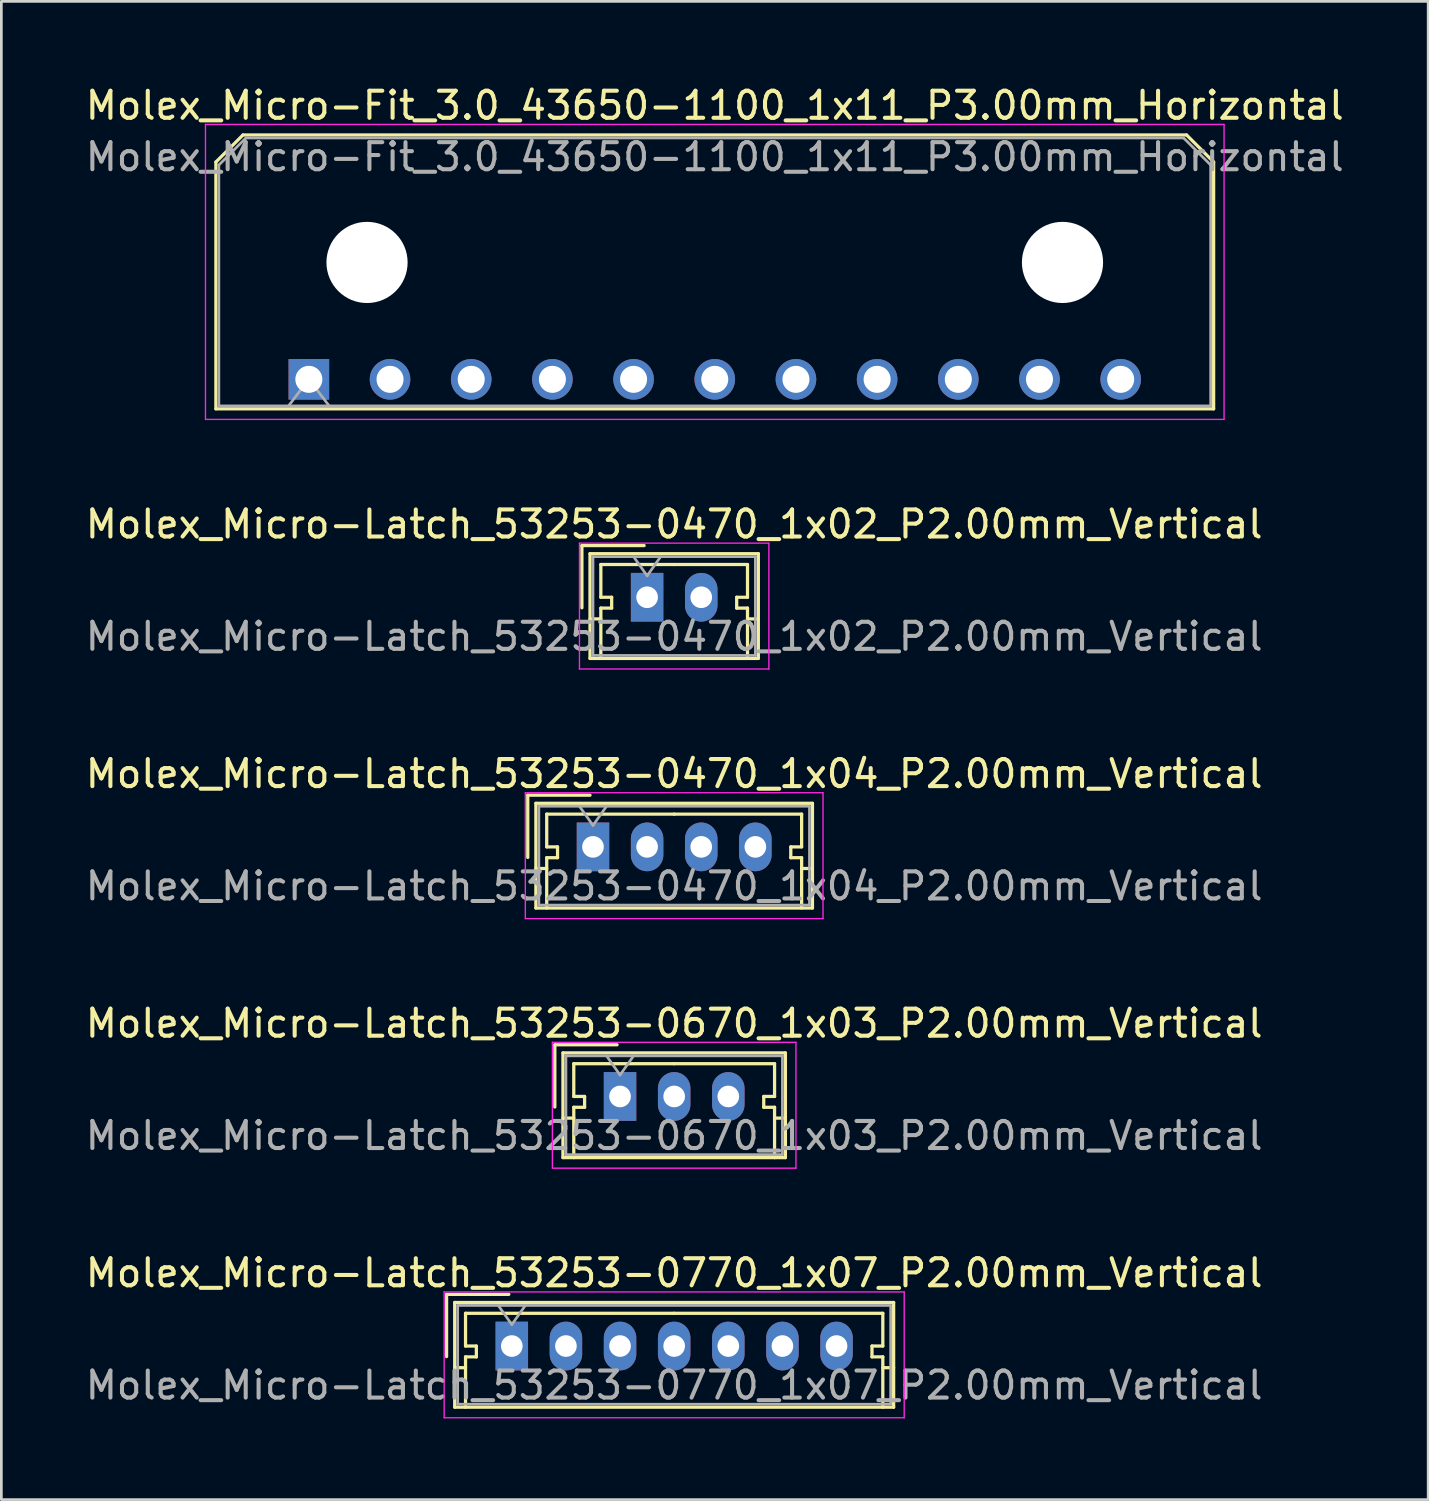
<source format=kicad_pcb>
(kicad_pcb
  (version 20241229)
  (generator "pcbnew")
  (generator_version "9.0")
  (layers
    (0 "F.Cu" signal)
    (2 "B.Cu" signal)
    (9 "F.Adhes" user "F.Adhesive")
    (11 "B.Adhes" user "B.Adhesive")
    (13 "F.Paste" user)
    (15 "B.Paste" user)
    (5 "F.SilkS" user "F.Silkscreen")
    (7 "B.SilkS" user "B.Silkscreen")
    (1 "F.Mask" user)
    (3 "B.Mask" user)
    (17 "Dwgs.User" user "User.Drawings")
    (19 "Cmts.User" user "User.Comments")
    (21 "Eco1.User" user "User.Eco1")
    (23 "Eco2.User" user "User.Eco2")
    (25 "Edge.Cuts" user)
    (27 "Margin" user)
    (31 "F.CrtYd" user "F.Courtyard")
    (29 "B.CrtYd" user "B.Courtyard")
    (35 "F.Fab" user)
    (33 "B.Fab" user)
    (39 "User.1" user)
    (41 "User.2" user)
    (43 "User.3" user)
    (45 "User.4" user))
  (footprint "Molex_Micro-Fit_3.0_43650-1100_1x11_P3.00mm_Horizontal"
    (layer "F.Cu")
    (at 8.363 10.968)
    (property "Reference" "Molex_Micro-Fit_3.0_43650-1100_1x11_P3.00mm_Horizontal" (at 15 -10.12 0) (layer "F.SilkS") (effects (font (size 1 1) (thickness 0.15))))
    (attr through_hole)
    (fp_line (start -3.435 -8.03) (end -2.435 -9.03) (stroke (width 0.12) (type solid)) (layer "F.SilkS"))
    (fp_line (start -3.435 1.09) (end -3.435 -8.03) (stroke (width 0.12) (type solid)) (layer "F.SilkS"))
    (fp_line (start -2.435 -9.03) (end 32.435 -9.03) (stroke (width 0.12) (type solid)) (layer "F.SilkS"))
    (fp_line (start 32.435 -9.03) (end 33.435 -8.03) (stroke (width 0.12) (type solid)) (layer "F.SilkS"))
    (fp_line (start 33.435 -8.03) (end 33.435 1.09) (stroke (width 0.12) (type solid)) (layer "F.SilkS"))
    (fp_line (start 33.435 1.09) (end -3.435 1.09) (stroke (width 0.12) (type solid)) (layer "F.SilkS"))
    (fp_line (start -3.82 -9.42) (end 33.82 -9.42) (stroke (width 0.05) (type solid)) (layer "F.CrtYd"))
    (fp_line (start -3.82 1.48) (end -3.82 -9.42) (stroke (width 0.05) (type solid)) (layer "F.CrtYd"))
    (fp_line (start 33.82 -9.42) (end 33.82 1.48) (stroke (width 0.05) (type solid)) (layer "F.CrtYd"))
    (fp_line (start 33.82 1.48) (end -3.82 1.48) (stroke (width 0.05) (type solid)) (layer "F.CrtYd"))
    (fp_line (start -3.325 -7.92) (end -2.325 -8.92) (stroke (width 0.1) (type solid)) (layer "F.Fab"))
    (fp_line (start -3.325 0.98) (end -3.325 -7.92) (stroke (width 0.1) (type solid)) (layer "F.Fab"))
    (fp_line (start -2.325 -8.92) (end 32.325 -8.92) (stroke (width 0.1) (type solid)) (layer "F.Fab"))
    (fp_line (start -0.75 0.98) (end 0 0) (stroke (width 0.1) (type solid)) (layer "F.Fab"))
    (fp_line (start 0 0) (end 0.75 0.98) (stroke (width 0.1) (type solid)) (layer "F.Fab"))
    (fp_line (start 32.325 -8.92) (end 33.325 -7.92) (stroke (width 0.1) (type solid)) (layer "F.Fab"))
    (fp_line (start 33.325 -7.92) (end 33.325 0.98) (stroke (width 0.1) (type solid)) (layer "F.Fab"))
    (fp_line (start 33.325 0.98) (end -3.325 0.98) (stroke (width 0.1) (type solid)) (layer "F.Fab"))
    (fp_text user "${REFERENCE}" (at 15 -8.22 0) (layer "F.Fab") (effects (font (size 1 1) (thickness 0.15))))
    (pad "" np_thru_hole circle (at 2.15 -4.32) (size 3 3) (drill 3) (layers "*.Cu" "*.Mask"))
    (pad "" np_thru_hole circle (at 27.85 -4.32) (size 3 3) (drill 3) (layers "*.Cu" "*.Mask"))
    (pad "1" thru_hole rect (at 0 0) (size 1.5 1.5) (drill 1) (layers "*.Cu" "*.Mask"))
    (pad "2" thru_hole circle (at 3 0) (size 1.5 1.5) (drill 1) (layers "*.Cu" "*.Mask"))
    (pad "3" thru_hole circle (at 6 0) (size 1.5 1.5) (drill 1) (layers "*.Cu" "*.Mask"))
    (pad "4" thru_hole circle (at 9 0) (size 1.5 1.5) (drill 1) (layers "*.Cu" "*.Mask"))
    (pad "5" thru_hole circle (at 12 0) (size 1.5 1.5) (drill 1) (layers "*.Cu" "*.Mask"))
    (pad "6" thru_hole circle (at 15 0) (size 1.5 1.5) (drill 1) (layers "*.Cu" "*.Mask"))
    (pad "7" thru_hole circle (at 18 0) (size 1.5 1.5) (drill 1) (layers "*.Cu" "*.Mask"))
    (pad "8" thru_hole circle (at 21 0) (size 1.5 1.5) (drill 1) (layers "*.Cu" "*.Mask"))
    (pad "9" thru_hole circle (at 24 0) (size 1.5 1.5) (drill 1) (layers "*.Cu" "*.Mask"))
    (pad "10" thru_hole circle (at 27 0) (size 1.5 1.5) (drill 1) (layers "*.Cu" "*.Mask"))
    (pad "11" thru_hole circle (at 30 0) (size 1.5 1.5) (drill 1) (layers "*.Cu" "*.Mask")))
  (footprint "Molex_Micro-Latch_53253-0770_1x07_P2.00mm_Vertical"
    (layer "F.Cu")
    (at 15.863 46.691)
    (property "Reference" "Molex_Micro-Latch_53253-0770_1x07_P2.00mm_Vertical" (at 6 -2.7 0) (layer "F.SilkS") (effects (font (size 1 1) (thickness 0.15))))
    (attr through_hole)
    (fp_line (start -2.41 -1.91) (end -2.41 0.39) (stroke (width 0.12) (type solid)) (layer "F.SilkS"))
    (fp_line (start -2.11 -1.61) (end -2.11 2.26) (stroke (width 0.12) (type solid)) (layer "F.SilkS"))
    (fp_line (start -2.11 0.8) (end -1.71 0.8) (stroke (width 0.12) (type solid)) (layer "F.SilkS"))
    (fp_line (start -2.11 2.26) (end 14.11 2.26) (stroke (width 0.12) (type solid)) (layer "F.SilkS"))
    (fp_line (start -1.71 -1.21) (end -1.71 0) (stroke (width 0.12) (type solid)) (layer "F.SilkS"))
    (fp_line (start -1.71 0) (end -1.31 0) (stroke (width 0.12) (type solid)) (layer "F.SilkS"))
    (fp_line (start -1.71 0.4) (end -1.71 2.26) (stroke (width 0.12) (type solid)) (layer "F.SilkS"))
    (fp_line (start -1.31 0) (end -1.31 0.4) (stroke (width 0.12) (type solid)) (layer "F.SilkS"))
    (fp_line (start -1.31 0.4) (end -1.71 0.4) (stroke (width 0.12) (type solid)) (layer "F.SilkS"))
    (fp_line (start -0.11 -1.91) (end -2.41 -1.91) (stroke (width 0.12) (type solid)) (layer "F.SilkS"))
    (fp_line (start 6 -1.21) (end -1.71 -1.21) (stroke (width 0.12) (type solid)) (layer "F.SilkS"))
    (fp_line (start 6 -1.21) (end 13.71 -1.21) (stroke (width 0.12) (type solid)) (layer "F.SilkS"))
    (fp_line (start 13.31 0) (end 13.31 0.4) (stroke (width 0.12) (type solid)) (layer "F.SilkS"))
    (fp_line (start 13.31 0.4) (end 13.71 0.4) (stroke (width 0.12) (type solid)) (layer "F.SilkS"))
    (fp_line (start 13.71 -1.21) (end 13.71 0) (stroke (width 0.12) (type solid)) (layer "F.SilkS"))
    (fp_line (start 13.71 0) (end 13.31 0) (stroke (width 0.12) (type solid)) (layer "F.SilkS"))
    (fp_line (start 13.71 0.4) (end 13.71 2.26) (stroke (width 0.12) (type solid)) (layer "F.SilkS"))
    (fp_line (start 14.11 -1.61) (end -2.11 -1.61) (stroke (width 0.12) (type solid)) (layer "F.SilkS"))
    (fp_line (start 14.11 0.8) (end 13.71 0.8) (stroke (width 0.12) (type solid)) (layer "F.SilkS"))
    (fp_line (start 14.11 2.26) (end 14.11 -1.61) (stroke (width 0.12) (type solid)) (layer "F.SilkS"))
    (fp_line (start -2.5 -2) (end -2.5 2.65) (stroke (width 0.05) (type solid)) (layer "F.CrtYd"))
    (fp_line (start -2.5 2.65) (end 14.5 2.65) (stroke (width 0.05) (type solid)) (layer "F.CrtYd"))
    (fp_line (start 14.5 -2) (end -2.5 -2) (stroke (width 0.05) (type solid)) (layer "F.CrtYd"))
    (fp_line (start 14.5 2.65) (end 14.5 -2) (stroke (width 0.05) (type solid)) (layer "F.CrtYd"))
    (fp_line (start -2 -1.5) (end -2 2.15) (stroke (width 0.1) (type solid)) (layer "F.Fab"))
    (fp_line (start -2 2.15) (end 14 2.15) (stroke (width 0.1) (type solid)) (layer "F.Fab"))
    (fp_line (start -0.5 -1.5) (end 0 -0.793) (stroke (width 0.1) (type solid)) (layer "F.Fab"))
    (fp_line (start 0 -0.793) (end 0.5 -1.5) (stroke (width 0.1) (type solid)) (layer "F.Fab"))
    (fp_line (start 14 -1.5) (end -2 -1.5) (stroke (width 0.1) (type solid)) (layer "F.Fab"))
    (fp_line (start 14 2.15) (end 14 -1.5) (stroke (width 0.1) (type solid)) (layer "F.Fab"))
    (fp_text user "${REFERENCE}" (at 6 1.45 0) (layer "F.Fab") (effects (font (size 1 1) (thickness 0.15))))
    (pad "1" thru_hole rect (at 0 0) (size 1.2 1.8) (drill 0.8) (layers "*.Cu" "*.Mask"))
    (pad "2" thru_hole oval (at 2 0) (size 1.2 1.8) (drill 0.8) (layers "*.Cu" "*.Mask"))
    (pad "3" thru_hole oval (at 4 0) (size 1.2 1.8) (drill 0.8) (layers "*.Cu" "*.Mask"))
    (pad "4" thru_hole oval (at 6 0) (size 1.2 1.8) (drill 0.8) (layers "*.Cu" "*.Mask"))
    (pad "5" thru_hole oval (at 8 0) (size 1.2 1.8) (drill 0.8) (layers "*.Cu" "*.Mask"))
    (pad "6" thru_hole oval (at 10 0) (size 1.2 1.8) (drill 0.8) (layers "*.Cu" "*.Mask"))
    (pad "7" thru_hole oval (at 12 0) (size 1.2 1.8) (drill 0.8) (layers "*.Cu" "*.Mask")))
  (footprint "Molex_Micro-Latch_53253-0470_1x02_P2.00mm_Vertical"
    (layer "F.Cu")
    (at 20.863 19.021)
    (property "Reference" "Molex_Micro-Latch_53253-0470_1x02_P2.00mm_Vertical" (at 1 -2.7 0) (layer "F.SilkS") (effects (font (size 1 1) (thickness 0.15))))
    (attr through_hole)
    (fp_line (start -2.41 -1.91) (end -2.41 0.39) (stroke (width 0.12) (type solid)) (layer "F.SilkS"))
    (fp_line (start -2.11 -1.61) (end -2.11 2.26) (stroke (width 0.12) (type solid)) (layer "F.SilkS"))
    (fp_line (start -2.11 0.8) (end -1.71 0.8) (stroke (width 0.12) (type solid)) (layer "F.SilkS"))
    (fp_line (start -2.11 2.26) (end 4.11 2.26) (stroke (width 0.12) (type solid)) (layer "F.SilkS"))
    (fp_line (start -1.71 -1.21) (end -1.71 0) (stroke (width 0.12) (type solid)) (layer "F.SilkS"))
    (fp_line (start -1.71 0) (end -1.31 0) (stroke (width 0.12) (type solid)) (layer "F.SilkS"))
    (fp_line (start -1.71 0.4) (end -1.71 2.26) (stroke (width 0.12) (type solid)) (layer "F.SilkS"))
    (fp_line (start -1.31 0) (end -1.31 0.4) (stroke (width 0.12) (type solid)) (layer "F.SilkS"))
    (fp_line (start -1.31 0.4) (end -1.71 0.4) (stroke (width 0.12) (type solid)) (layer "F.SilkS"))
    (fp_line (start -0.11 -1.91) (end -2.41 -1.91) (stroke (width 0.12) (type solid)) (layer "F.SilkS"))
    (fp_line (start 1 -1.21) (end -1.71 -1.21) (stroke (width 0.12) (type solid)) (layer "F.SilkS"))
    (fp_line (start 1 -1.21) (end 3.71 -1.21) (stroke (width 0.12) (type solid)) (layer "F.SilkS"))
    (fp_line (start 3.31 0) (end 3.31 0.4) (stroke (width 0.12) (type solid)) (layer "F.SilkS"))
    (fp_line (start 3.31 0.4) (end 3.71 0.4) (stroke (width 0.12) (type solid)) (layer "F.SilkS"))
    (fp_line (start 3.71 -1.21) (end 3.71 0) (stroke (width 0.12) (type solid)) (layer "F.SilkS"))
    (fp_line (start 3.71 0) (end 3.31 0) (stroke (width 0.12) (type solid)) (layer "F.SilkS"))
    (fp_line (start 3.71 0.4) (end 3.71 2.26) (stroke (width 0.12) (type solid)) (layer "F.SilkS"))
    (fp_line (start 4.11 -1.61) (end -2.11 -1.61) (stroke (width 0.12) (type solid)) (layer "F.SilkS"))
    (fp_line (start 4.11 0.8) (end 3.71 0.8) (stroke (width 0.12) (type solid)) (layer "F.SilkS"))
    (fp_line (start 4.11 2.26) (end 4.11 -1.61) (stroke (width 0.12) (type solid)) (layer "F.SilkS"))
    (fp_line (start -2.5 -2) (end -2.5 2.65) (stroke (width 0.05) (type solid)) (layer "F.CrtYd"))
    (fp_line (start -2.5 2.65) (end 4.5 2.65) (stroke (width 0.05) (type solid)) (layer "F.CrtYd"))
    (fp_line (start 4.5 -2) (end -2.5 -2) (stroke (width 0.05) (type solid)) (layer "F.CrtYd"))
    (fp_line (start 4.5 2.65) (end 4.5 -2) (stroke (width 0.05) (type solid)) (layer "F.CrtYd"))
    (fp_line (start -2 -1.5) (end -2 2.15) (stroke (width 0.1) (type solid)) (layer "F.Fab"))
    (fp_line (start -2 2.15) (end 4 2.15) (stroke (width 0.1) (type solid)) (layer "F.Fab"))
    (fp_line (start -0.5 -1.5) (end 0 -0.793) (stroke (width 0.1) (type solid)) (layer "F.Fab"))
    (fp_line (start 0 -0.793) (end 0.5 -1.5) (stroke (width 0.1) (type solid)) (layer "F.Fab"))
    (fp_line (start 4 -1.5) (end -2 -1.5) (stroke (width 0.1) (type solid)) (layer "F.Fab"))
    (fp_line (start 4 2.15) (end 4 -1.5) (stroke (width 0.1) (type solid)) (layer "F.Fab"))
    (fp_text user "${REFERENCE}" (at 1 1.45 0) (layer "F.Fab") (effects (font (size 1 1) (thickness 0.15))))
    (pad "1" thru_hole rect (at 0 0) (size 1.2 1.8) (drill 0.8) (layers "*.Cu" "*.Mask"))
    (pad "2" thru_hole oval (at 2 0) (size 1.2 1.8) (drill 0.8) (layers "*.Cu" "*.Mask")))
  (footprint "Molex_Micro-Latch_53253-0670_1x03_P2.00mm_Vertical"
    (layer "F.Cu")
    (at 19.863 37.468)
    (property "Reference" "Molex_Micro-Latch_53253-0670_1x03_P2.00mm_Vertical" (at 2 -2.7 0) (layer "F.SilkS") (effects (font (size 1 1) (thickness 0.15))))
    (attr through_hole)
    (fp_line (start -2.41 -1.91) (end -2.41 0.39) (stroke (width 0.12) (type solid)) (layer "F.SilkS"))
    (fp_line (start -2.11 -1.61) (end -2.11 2.26) (stroke (width 0.12) (type solid)) (layer "F.SilkS"))
    (fp_line (start -2.11 0.8) (end -1.71 0.8) (stroke (width 0.12) (type solid)) (layer "F.SilkS"))
    (fp_line (start -2.11 2.26) (end 6.11 2.26) (stroke (width 0.12) (type solid)) (layer "F.SilkS"))
    (fp_line (start -1.71 -1.21) (end -1.71 0) (stroke (width 0.12) (type solid)) (layer "F.SilkS"))
    (fp_line (start -1.71 0) (end -1.31 0) (stroke (width 0.12) (type solid)) (layer "F.SilkS"))
    (fp_line (start -1.71 0.4) (end -1.71 2.26) (stroke (width 0.12) (type solid)) (layer "F.SilkS"))
    (fp_line (start -1.31 0) (end -1.31 0.4) (stroke (width 0.12) (type solid)) (layer "F.SilkS"))
    (fp_line (start -1.31 0.4) (end -1.71 0.4) (stroke (width 0.12) (type solid)) (layer "F.SilkS"))
    (fp_line (start -0.11 -1.91) (end -2.41 -1.91) (stroke (width 0.12) (type solid)) (layer "F.SilkS"))
    (fp_line (start 2 -1.21) (end -1.71 -1.21) (stroke (width 0.12) (type solid)) (layer "F.SilkS"))
    (fp_line (start 2 -1.21) (end 5.71 -1.21) (stroke (width 0.12) (type solid)) (layer "F.SilkS"))
    (fp_line (start 5.31 0) (end 5.31 0.4) (stroke (width 0.12) (type solid)) (layer "F.SilkS"))
    (fp_line (start 5.31 0.4) (end 5.71 0.4) (stroke (width 0.12) (type solid)) (layer "F.SilkS"))
    (fp_line (start 5.71 -1.21) (end 5.71 0) (stroke (width 0.12) (type solid)) (layer "F.SilkS"))
    (fp_line (start 5.71 0) (end 5.31 0) (stroke (width 0.12) (type solid)) (layer "F.SilkS"))
    (fp_line (start 5.71 0.4) (end 5.71 2.26) (stroke (width 0.12) (type solid)) (layer "F.SilkS"))
    (fp_line (start 6.11 -1.61) (end -2.11 -1.61) (stroke (width 0.12) (type solid)) (layer "F.SilkS"))
    (fp_line (start 6.11 0.8) (end 5.71 0.8) (stroke (width 0.12) (type solid)) (layer "F.SilkS"))
    (fp_line (start 6.11 2.26) (end 6.11 -1.61) (stroke (width 0.12) (type solid)) (layer "F.SilkS"))
    (fp_line (start -2.5 -2) (end -2.5 2.65) (stroke (width 0.05) (type solid)) (layer "F.CrtYd"))
    (fp_line (start -2.5 2.65) (end 6.5 2.65) (stroke (width 0.05) (type solid)) (layer "F.CrtYd"))
    (fp_line (start 6.5 -2) (end -2.5 -2) (stroke (width 0.05) (type solid)) (layer "F.CrtYd"))
    (fp_line (start 6.5 2.65) (end 6.5 -2) (stroke (width 0.05) (type solid)) (layer "F.CrtYd"))
    (fp_line (start -2 -1.5) (end -2 2.15) (stroke (width 0.1) (type solid)) (layer "F.Fab"))
    (fp_line (start -2 2.15) (end 6 2.15) (stroke (width 0.1) (type solid)) (layer "F.Fab"))
    (fp_line (start -0.5 -1.5) (end 0 -0.793) (stroke (width 0.1) (type solid)) (layer "F.Fab"))
    (fp_line (start 0 -0.793) (end 0.5 -1.5) (stroke (width 0.1) (type solid)) (layer "F.Fab"))
    (fp_line (start 6 -1.5) (end -2 -1.5) (stroke (width 0.1) (type solid)) (layer "F.Fab"))
    (fp_line (start 6 2.15) (end 6 -1.5) (stroke (width 0.1) (type solid)) (layer "F.Fab"))
    (fp_text user "${REFERENCE}" (at 2 1.45 0) (layer "F.Fab") (effects (font (size 1 1) (thickness 0.15))))
    (pad "1" thru_hole rect (at 0 0) (size 1.2 1.8) (drill 0.8) (layers "*.Cu" "*.Mask"))
    (pad "2" thru_hole oval (at 2 0) (size 1.2 1.8) (drill 0.8) (layers "*.Cu" "*.Mask"))
    (pad "3" thru_hole oval (at 4 0) (size 1.2 1.8) (drill 0.8) (layers "*.Cu" "*.Mask")))
  (footprint "Molex_Micro-Latch_53253-0470_1x04_P2.00mm_Vertical"
    (layer "F.Cu")
    (at 18.863 28.245)
    (property "Reference" "Molex_Micro-Latch_53253-0470_1x04_P2.00mm_Vertical" (at 3 -2.7 0) (layer "F.SilkS") (effects (font (size 1 1) (thickness 0.15))))
    (attr through_hole)
    (fp_line (start -2.41 -1.91) (end -2.41 0.39) (stroke (width 0.12) (type solid)) (layer "F.SilkS"))
    (fp_line (start -2.11 -1.61) (end -2.11 2.26) (stroke (width 0.12) (type solid)) (layer "F.SilkS"))
    (fp_line (start -2.11 0.8) (end -1.71 0.8) (stroke (width 0.12) (type solid)) (layer "F.SilkS"))
    (fp_line (start -2.11 2.26) (end 8.11 2.26) (stroke (width 0.12) (type solid)) (layer "F.SilkS"))
    (fp_line (start -1.71 -1.21) (end -1.71 0) (stroke (width 0.12) (type solid)) (layer "F.SilkS"))
    (fp_line (start -1.71 0) (end -1.31 0) (stroke (width 0.12) (type solid)) (layer "F.SilkS"))
    (fp_line (start -1.71 0.4) (end -1.71 2.26) (stroke (width 0.12) (type solid)) (layer "F.SilkS"))
    (fp_line (start -1.31 0) (end -1.31 0.4) (stroke (width 0.12) (type solid)) (layer "F.SilkS"))
    (fp_line (start -1.31 0.4) (end -1.71 0.4) (stroke (width 0.12) (type solid)) (layer "F.SilkS"))
    (fp_line (start -0.11 -1.91) (end -2.41 -1.91) (stroke (width 0.12) (type solid)) (layer "F.SilkS"))
    (fp_line (start 3 -1.21) (end -1.71 -1.21) (stroke (width 0.12) (type solid)) (layer "F.SilkS"))
    (fp_line (start 3 -1.21) (end 7.71 -1.21) (stroke (width 0.12) (type solid)) (layer "F.SilkS"))
    (fp_line (start 7.31 0) (end 7.31 0.4) (stroke (width 0.12) (type solid)) (layer "F.SilkS"))
    (fp_line (start 7.31 0.4) (end 7.71 0.4) (stroke (width 0.12) (type solid)) (layer "F.SilkS"))
    (fp_line (start 7.71 -1.21) (end 7.71 0) (stroke (width 0.12) (type solid)) (layer "F.SilkS"))
    (fp_line (start 7.71 0) (end 7.31 0) (stroke (width 0.12) (type solid)) (layer "F.SilkS"))
    (fp_line (start 7.71 0.4) (end 7.71 2.26) (stroke (width 0.12) (type solid)) (layer "F.SilkS"))
    (fp_line (start 8.11 -1.61) (end -2.11 -1.61) (stroke (width 0.12) (type solid)) (layer "F.SilkS"))
    (fp_line (start 8.11 0.8) (end 7.71 0.8) (stroke (width 0.12) (type solid)) (layer "F.SilkS"))
    (fp_line (start 8.11 2.26) (end 8.11 -1.61) (stroke (width 0.12) (type solid)) (layer "F.SilkS"))
    (fp_line (start -2.5 -2) (end -2.5 2.65) (stroke (width 0.05) (type solid)) (layer "F.CrtYd"))
    (fp_line (start -2.5 2.65) (end 8.5 2.65) (stroke (width 0.05) (type solid)) (layer "F.CrtYd"))
    (fp_line (start 8.5 -2) (end -2.5 -2) (stroke (width 0.05) (type solid)) (layer "F.CrtYd"))
    (fp_line (start 8.5 2.65) (end 8.5 -2) (stroke (width 0.05) (type solid)) (layer "F.CrtYd"))
    (fp_line (start -2 -1.5) (end -2 2.15) (stroke (width 0.1) (type solid)) (layer "F.Fab"))
    (fp_line (start -2 2.15) (end 8 2.15) (stroke (width 0.1) (type solid)) (layer "F.Fab"))
    (fp_line (start -0.5 -1.5) (end 0 -0.793) (stroke (width 0.1) (type solid)) (layer "F.Fab"))
    (fp_line (start 0 -0.793) (end 0.5 -1.5) (stroke (width 0.1) (type solid)) (layer "F.Fab"))
    (fp_line (start 8 -1.5) (end -2 -1.5) (stroke (width 0.1) (type solid)) (layer "F.Fab"))
    (fp_line (start 8 2.15) (end 8 -1.5) (stroke (width 0.1) (type solid)) (layer "F.Fab"))
    (fp_text user "${REFERENCE}" (at 3 1.45 0) (layer "F.Fab") (effects (font (size 1 1) (thickness 0.15))))
    (pad "1" thru_hole rect (at 0 0) (size 1.2 1.8) (drill 0.8) (layers "*.Cu" "*.Mask"))
    (pad "2" thru_hole oval (at 2 0) (size 1.2 1.8) (drill 0.8) (layers "*.Cu" "*.Mask"))
    (pad "3" thru_hole oval (at 4 0) (size 1.2 1.8) (drill 0.8) (layers "*.Cu" "*.Mask"))
    (pad "4" thru_hole oval (at 6 0) (size 1.2 1.8) (drill 0.8) (layers "*.Cu" "*.Mask")))
  (gr_rect
    (start -3 -3)
    (end 49.726 52.366)
    (stroke (width 0.1) (type default))
    (fill no)
    (layer "Edge.Cuts")))
</source>
